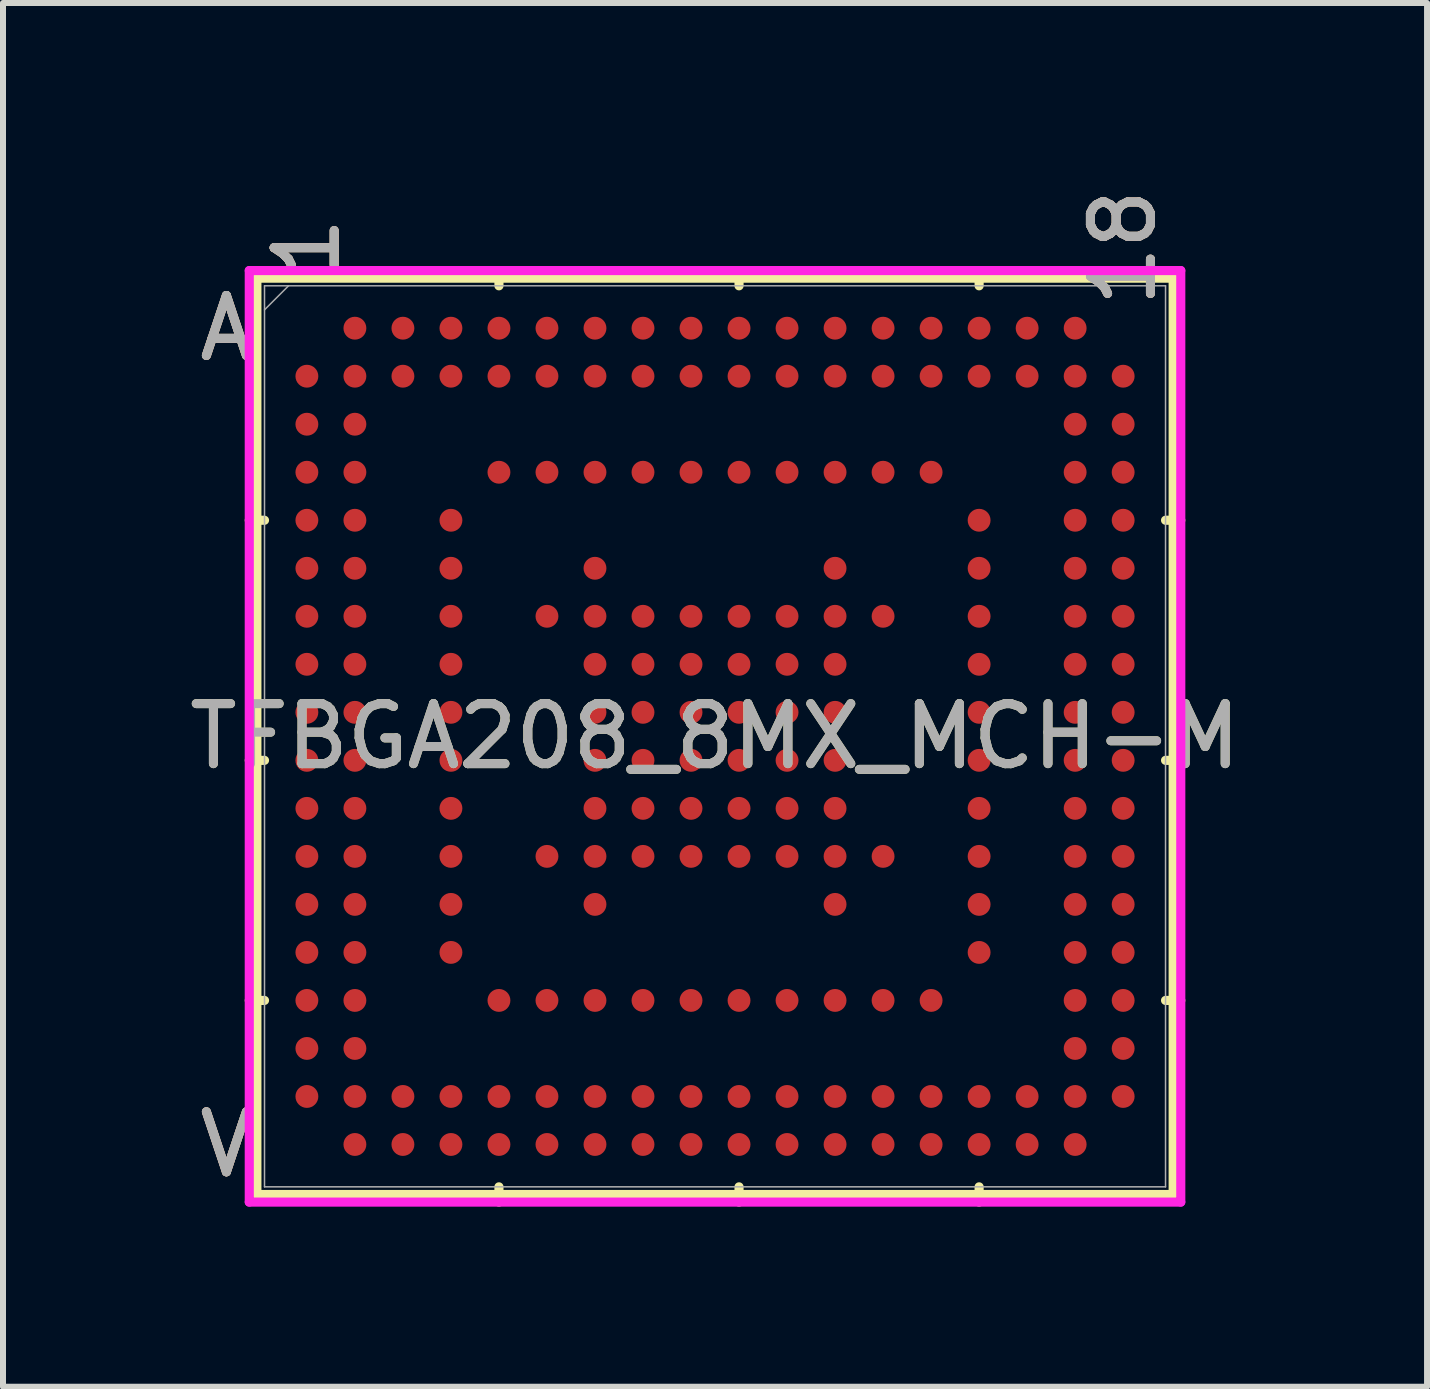
<source format=kicad_pcb>
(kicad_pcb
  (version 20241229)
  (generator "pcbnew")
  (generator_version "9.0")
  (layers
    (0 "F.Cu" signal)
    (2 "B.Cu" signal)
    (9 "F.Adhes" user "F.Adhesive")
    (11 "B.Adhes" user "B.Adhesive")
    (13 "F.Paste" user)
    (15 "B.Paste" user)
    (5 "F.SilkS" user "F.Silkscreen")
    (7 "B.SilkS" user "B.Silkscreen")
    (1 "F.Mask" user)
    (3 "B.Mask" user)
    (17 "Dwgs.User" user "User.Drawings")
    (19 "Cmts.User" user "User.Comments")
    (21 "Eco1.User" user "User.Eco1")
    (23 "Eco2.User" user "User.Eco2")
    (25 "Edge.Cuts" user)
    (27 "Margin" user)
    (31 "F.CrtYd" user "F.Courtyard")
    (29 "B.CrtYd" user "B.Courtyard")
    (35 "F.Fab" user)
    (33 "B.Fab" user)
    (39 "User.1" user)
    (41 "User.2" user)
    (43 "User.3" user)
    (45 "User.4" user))
  (footprint "TFBGA208_8MX_MCH-M"
    (layer "F.Cu")
    (at 8.863 9.218)
    (property "Reference" "TFBGA208_8MX_MCH-M" (at 0 0 0) (unlocked yes) (layer "F.SilkS") (effects (font (size 1 1) (thickness 0.15))))
    (attr smd)
    (fp_line (start -7.633 -7.633) (end -7.633 7.633) (stroke (width 0.152) (type solid)) (layer "F.SilkS"))
    (fp_line (start -7.633 7.633) (end 7.633 7.633) (stroke (width 0.152) (type solid)) (layer "F.SilkS"))
    (fp_line (start -7.506 -3.6) (end -7.76 -3.6) (stroke (width 0.152) (type solid)) (layer "F.SilkS"))
    (fp_line (start -7.506 0.4) (end -7.76 0.4) (stroke (width 0.152) (type solid)) (layer "F.SilkS"))
    (fp_line (start -7.506 4.4) (end -7.76 4.4) (stroke (width 0.152) (type solid)) (layer "F.SilkS"))
    (fp_line (start -3.6 -7.506) (end -3.6 -7.76) (stroke (width 0.152) (type solid)) (layer "F.SilkS"))
    (fp_line (start -3.6 7.506) (end -3.6 7.76) (stroke (width 0.152) (type solid)) (layer "F.SilkS"))
    (fp_line (start 0.4 -7.506) (end 0.4 -7.76) (stroke (width 0.152) (type solid)) (layer "F.SilkS"))
    (fp_line (start 0.4 7.506) (end 0.4 7.76) (stroke (width 0.152) (type solid)) (layer "F.SilkS"))
    (fp_line (start 4.4 -7.506) (end 4.4 -7.76) (stroke (width 0.152) (type solid)) (layer "F.SilkS"))
    (fp_line (start 4.4 7.506) (end 4.4 7.76) (stroke (width 0.152) (type solid)) (layer "F.SilkS"))
    (fp_line (start 7.506 -3.6) (end 7.76 -3.6) (stroke (width 0.152) (type solid)) (layer "F.SilkS"))
    (fp_line (start 7.506 0.4) (end 7.76 0.4) (stroke (width 0.152) (type solid)) (layer "F.SilkS"))
    (fp_line (start 7.506 4.4) (end 7.76 4.4) (stroke (width 0.152) (type solid)) (layer "F.SilkS"))
    (fp_line (start 7.633 -7.633) (end -7.633 -7.633) (stroke (width 0.152) (type solid)) (layer "F.SilkS"))
    (fp_line (start 7.633 7.633) (end 7.633 -7.633) (stroke (width 0.152) (type solid)) (layer "F.SilkS"))
    (fp_poly (pts (xy -7.644 -7.644) (xy 7.644 -7.644) (xy 7.644 7.644) (xy -7.644 7.644)) (stroke (width 0.1) (type solid)) (fill no) (layer "Eco2.User"))
    (fp_line (start -7.76 -7.76) (end 7.76 -7.76) (stroke (width 0.152) (type solid)) (layer "F.CrtYd"))
    (fp_line (start -7.76 7.76) (end -7.76 -7.76) (stroke (width 0.152) (type solid)) (layer "F.CrtYd"))
    (fp_line (start 7.76 -7.76) (end 7.76 7.76) (stroke (width 0.152) (type solid)) (layer "F.CrtYd"))
    (fp_line (start 7.76 7.76) (end -7.76 7.76) (stroke (width 0.152) (type solid)) (layer "F.CrtYd"))
    (fp_line (start -7.506 -7.506) (end -7.506 7.506) (stroke (width 0.025) (type solid)) (layer "F.Fab"))
    (fp_line (start -7.506 7.506) (end 7.506 7.506) (stroke (width 0.025) (type solid)) (layer "F.Fab"))
    (fp_line (start -7.106 -7.506) (end -7.506 -7.106) (stroke (width 0.025) (type solid)) (layer "F.Fab"))
    (fp_line (start 7.506 -7.506) (end -7.506 -7.506) (stroke (width 0.025) (type solid)) (layer "F.Fab"))
    (fp_line (start 7.506 7.506) (end 7.506 -7.506) (stroke (width 0.025) (type solid)) (layer "F.Fab"))
    (fp_text user "A" (at -8.141 -6.8 0) (unlocked yes) (layer "F.SilkS") (effects (font (size 1 1) (thickness 0.15))))
    (fp_text user "18" (at 6.8 -8.141 90) (unlocked yes) (layer "F.SilkS") (effects (font (size 1 1) (thickness 0.15))))
    (fp_text user "V" (at -8.141 6.8 0) (unlocked yes) (layer "F.SilkS") (effects (font (size 1 1) (thickness 0.15))))
    (fp_text user "1" (at -6.8 -8.141 90) (unlocked yes) (layer "F.SilkS") (effects (font (size 1 1) (thickness 0.15))))
    (fp_text user "18" (at 6.8 -8.141 90) (unlocked yes) (layer "B.SilkS") (effects (font (size 1 1) (thickness 0.15))))
    (fp_text user "V" (at -8.141 6.8 0) (unlocked yes) (layer "B.SilkS") (effects (font (size 1 1) (thickness 0.15))))
    (fp_text user "1" (at -6.8 -8.141 90) (unlocked yes) (layer "B.SilkS") (effects (font (size 1 1) (thickness 0.15))))
    (fp_text user "A" (at -8.141 -6.8 0) (unlocked yes) (layer "B.SilkS") (effects (font (size 1 1) (thickness 0.15))))
    (fp_text user "1" (at -6.8 -8.141 90) (unlocked yes) (layer "F.Fab") (effects (font (size 1 1) (thickness 0.15))))
    (fp_text user "${REFERENCE}" (at 0 0 0) (unlocked yes) (layer "F.Fab") (effects (font (size 1 1) (thickness 0.15))))
    (fp_text user "V" (at -8.141 6.8 0) (unlocked yes) (layer "F.Fab") (effects (font (size 1 1) (thickness 0.15))))
    (fp_text user "18" (at 6.8 -8.141 90) (unlocked yes) (layer "F.Fab") (effects (font (size 1 1) (thickness 0.15))))
    (fp_text user "A" (at -8.141 -6.8 0) (unlocked yes) (layer "F.Fab") (effects (font (size 1 1) (thickness 0.15))))
    (pad "A2" smd circle (at -6 -6.8) (size 0.381 0.381) (layers "F.Cu" "F.Mask" "F.Paste"))
    (pad "A3" smd circle (at -5.2 -6.8) (size 0.381 0.381) (layers "F.Cu" "F.Mask" "F.Paste"))
    (pad "A4" smd circle (at -4.4 -6.8) (size 0.381 0.381) (layers "F.Cu" "F.Mask" "F.Paste"))
    (pad "A5" smd circle (at -3.6 -6.8) (size 0.381 0.381) (layers "F.Cu" "F.Mask" "F.Paste"))
    (pad "A6" smd circle (at -2.8 -6.8) (size 0.381 0.381) (layers "F.Cu" "F.Mask" "F.Paste"))
    (pad "A7" smd circle (at -2 -6.8) (size 0.381 0.381) (layers "F.Cu" "F.Mask" "F.Paste"))
    (pad "A8" smd circle (at -1.2 -6.8) (size 0.381 0.381) (layers "F.Cu" "F.Mask" "F.Paste"))
    (pad "A9" smd circle (at -0.4 -6.8) (size 0.381 0.381) (layers "F.Cu" "F.Mask" "F.Paste"))
    (pad "A10" smd circle (at 0.4 -6.8) (size 0.381 0.381) (layers "F.Cu" "F.Mask" "F.Paste"))
    (pad "A11" smd circle (at 1.2 -6.8) (size 0.381 0.381) (layers "F.Cu" "F.Mask" "F.Paste"))
    (pad "A12" smd circle (at 2 -6.8) (size 0.381 0.381) (layers "F.Cu" "F.Mask" "F.Paste"))
    (pad "A13" smd circle (at 2.8 -6.8) (size 0.381 0.381) (layers "F.Cu" "F.Mask" "F.Paste"))
    (pad "A14" smd circle (at 3.6 -6.8) (size 0.381 0.381) (layers "F.Cu" "F.Mask" "F.Paste"))
    (pad "A15" smd circle (at 4.4 -6.8) (size 0.381 0.381) (layers "F.Cu" "F.Mask" "F.Paste"))
    (pad "A16" smd circle (at 5.2 -6.8) (size 0.381 0.381) (layers "F.Cu" "F.Mask" "F.Paste"))
    (pad "A17" smd circle (at 6 -6.8) (size 0.381 0.381) (layers "F.Cu" "F.Mask" "F.Paste"))
    (pad "B1" smd circle (at -6.8 -6) (size 0.381 0.381) (layers "F.Cu" "F.Mask" "F.Paste"))
    (pad "B2" smd circle (at -6 -6) (size 0.381 0.381) (layers "F.Cu" "F.Mask" "F.Paste"))
    (pad "B3" smd circle (at -5.2 -6) (size 0.381 0.381) (layers "F.Cu" "F.Mask" "F.Paste"))
    (pad "B4" smd circle (at -4.4 -6) (size 0.381 0.381) (layers "F.Cu" "F.Mask" "F.Paste"))
    (pad "B5" smd circle (at -3.6 -6) (size 0.381 0.381) (layers "F.Cu" "F.Mask" "F.Paste"))
    (pad "B6" smd circle (at -2.8 -6) (size 0.381 0.381) (layers "F.Cu" "F.Mask" "F.Paste"))
    (pad "B7" smd circle (at -2 -6) (size 0.381 0.381) (layers "F.Cu" "F.Mask" "F.Paste"))
    (pad "B8" smd circle (at -1.2 -6) (size 0.381 0.381) (layers "F.Cu" "F.Mask" "F.Paste"))
    (pad "B9" smd circle (at -0.4 -6) (size 0.381 0.381) (layers "F.Cu" "F.Mask" "F.Paste"))
    (pad "B10" smd circle (at 0.4 -6) (size 0.381 0.381) (layers "F.Cu" "F.Mask" "F.Paste"))
    (pad "B11" smd circle (at 1.2 -6) (size 0.381 0.381) (layers "F.Cu" "F.Mask" "F.Paste"))
    (pad "B12" smd circle (at 2 -6) (size 0.381 0.381) (layers "F.Cu" "F.Mask" "F.Paste"))
    (pad "B13" smd circle (at 2.8 -6) (size 0.381 0.381) (layers "F.Cu" "F.Mask" "F.Paste"))
    (pad "B14" smd circle (at 3.6 -6) (size 0.381 0.381) (layers "F.Cu" "F.Mask" "F.Paste"))
    (pad "B15" smd circle (at 4.4 -6) (size 0.381 0.381) (layers "F.Cu" "F.Mask" "F.Paste"))
    (pad "B16" smd circle (at 5.2 -6) (size 0.381 0.381) (layers "F.Cu" "F.Mask" "F.Paste"))
    (pad "B17" smd circle (at 6 -6) (size 0.381 0.381) (layers "F.Cu" "F.Mask" "F.Paste"))
    (pad "B18" smd circle (at 6.8 -6) (size 0.381 0.381) (layers "F.Cu" "F.Mask" "F.Paste"))
    (pad "C1" smd circle (at -6.8 -5.2) (size 0.381 0.381) (layers "F.Cu" "F.Mask" "F.Paste"))
    (pad "C2" smd circle (at -6 -5.2) (size 0.381 0.381) (layers "F.Cu" "F.Mask" "F.Paste"))
    (pad "C17" smd circle (at 6 -5.2) (size 0.381 0.381) (layers "F.Cu" "F.Mask" "F.Paste"))
    (pad "C18" smd circle (at 6.8 -5.2) (size 0.381 0.381) (layers "F.Cu" "F.Mask" "F.Paste"))
    (pad "D1" smd circle (at -6.8 -4.4) (size 0.381 0.381) (layers "F.Cu" "F.Mask" "F.Paste"))
    (pad "D2" smd circle (at -6 -4.4) (size 0.381 0.381) (layers "F.Cu" "F.Mask" "F.Paste"))
    (pad "D5" smd circle (at -3.6 -4.4) (size 0.381 0.381) (layers "F.Cu" "F.Mask" "F.Paste"))
    (pad "D6" smd circle (at -2.8 -4.4) (size 0.381 0.381) (layers "F.Cu" "F.Mask" "F.Paste"))
    (pad "D7" smd circle (at -2 -4.4) (size 0.381 0.381) (layers "F.Cu" "F.Mask" "F.Paste"))
    (pad "D8" smd circle (at -1.2 -4.4) (size 0.381 0.381) (layers "F.Cu" "F.Mask" "F.Paste"))
    (pad "D9" smd circle (at -0.4 -4.4) (size 0.381 0.381) (layers "F.Cu" "F.Mask" "F.Paste"))
    (pad "D10" smd circle (at 0.4 -4.4) (size 0.381 0.381) (layers "F.Cu" "F.Mask" "F.Paste"))
    (pad "D11" smd circle (at 1.2 -4.4) (size 0.381 0.381) (layers "F.Cu" "F.Mask" "F.Paste"))
    (pad "D12" smd circle (at 2 -4.4) (size 0.381 0.381) (layers "F.Cu" "F.Mask" "F.Paste"))
    (pad "D13" smd circle (at 2.8 -4.4) (size 0.381 0.381) (layers "F.Cu" "F.Mask" "F.Paste"))
    (pad "D14" smd circle (at 3.6 -4.4) (size 0.381 0.381) (layers "F.Cu" "F.Mask" "F.Paste"))
    (pad "D17" smd circle (at 6 -4.4) (size 0.381 0.381) (layers "F.Cu" "F.Mask" "F.Paste"))
    (pad "D18" smd circle (at 6.8 -4.4) (size 0.381 0.381) (layers "F.Cu" "F.Mask" "F.Paste"))
    (pad "E1" smd circle (at -6.8 -3.6) (size 0.381 0.381) (layers "F.Cu" "F.Mask" "F.Paste"))
    (pad "E2" smd circle (at -6 -3.6) (size 0.381 0.381) (layers "F.Cu" "F.Mask" "F.Paste"))
    (pad "E4" smd circle (at -4.4 -3.6) (size 0.381 0.381) (layers "F.Cu" "F.Mask" "F.Paste"))
    (pad "E15" smd circle (at 4.4 -3.6) (size 0.381 0.381) (layers "F.Cu" "F.Mask" "F.Paste"))
    (pad "E17" smd circle (at 6 -3.6) (size 0.381 0.381) (layers "F.Cu" "F.Mask" "F.Paste"))
    (pad "E18" smd circle (at 6.8 -3.6) (size 0.381 0.381) (layers "F.Cu" "F.Mask" "F.Paste"))
    (pad "F1" smd circle (at -6.8 -2.8) (size 0.381 0.381) (layers "F.Cu" "F.Mask" "F.Paste"))
    (pad "F2" smd circle (at -6 -2.8) (size 0.381 0.381) (layers "F.Cu" "F.Mask" "F.Paste"))
    (pad "F4" smd circle (at -4.4 -2.8) (size 0.381 0.381) (layers "F.Cu" "F.Mask" "F.Paste"))
    (pad "F7" smd circle (at -2 -2.8) (size 0.381 0.381) (layers "F.Cu" "F.Mask" "F.Paste"))
    (pad "F12" smd circle (at 2 -2.8) (size 0.381 0.381) (layers "F.Cu" "F.Mask" "F.Paste"))
    (pad "F15" smd circle (at 4.4 -2.8) (size 0.381 0.381) (layers "F.Cu" "F.Mask" "F.Paste"))
    (pad "F17" smd circle (at 6 -2.8) (size 0.381 0.381) (layers "F.Cu" "F.Mask" "F.Paste"))
    (pad "F18" smd circle (at 6.8 -2.8) (size 0.381 0.381) (layers "F.Cu" "F.Mask" "F.Paste"))
    (pad "G1" smd circle (at -6.8 -2) (size 0.381 0.381) (layers "F.Cu" "F.Mask" "F.Paste"))
    (pad "G2" smd circle (at -6 -2) (size 0.381 0.381) (layers "F.Cu" "F.Mask" "F.Paste"))
    (pad "G4" smd circle (at -4.4 -2) (size 0.381 0.381) (layers "F.Cu" "F.Mask" "F.Paste"))
    (pad "G6" smd circle (at -2.8 -2) (size 0.381 0.381) (layers "F.Cu" "F.Mask" "F.Paste"))
    (pad "G7" smd circle (at -2 -2) (size 0.381 0.381) (layers "F.Cu" "F.Mask" "F.Paste"))
    (pad "G8" smd circle (at -1.2 -2) (size 0.381 0.381) (layers "F.Cu" "F.Mask" "F.Paste"))
    (pad "G9" smd circle (at -0.4 -2) (size 0.381 0.381) (layers "F.Cu" "F.Mask" "F.Paste"))
    (pad "G10" smd circle (at 0.4 -2) (size 0.381 0.381) (layers "F.Cu" "F.Mask" "F.Paste"))
    (pad "G11" smd circle (at 1.2 -2) (size 0.381 0.381) (layers "F.Cu" "F.Mask" "F.Paste"))
    (pad "G12" smd circle (at 2 -2) (size 0.381 0.381) (layers "F.Cu" "F.Mask" "F.Paste"))
    (pad "G13" smd circle (at 2.8 -2) (size 0.381 0.381) (layers "F.Cu" "F.Mask" "F.Paste"))
    (pad "G15" smd circle (at 4.4 -2) (size 0.381 0.381) (layers "F.Cu" "F.Mask" "F.Paste"))
    (pad "G17" smd circle (at 6 -2) (size 0.381 0.381) (layers "F.Cu" "F.Mask" "F.Paste"))
    (pad "G18" smd circle (at 6.8 -2) (size 0.381 0.381) (layers "F.Cu" "F.Mask" "F.Paste"))
    (pad "H1" smd circle (at -6.8 -1.2) (size 0.381 0.381) (layers "F.Cu" "F.Mask" "F.Paste"))
    (pad "H2" smd circle (at -6 -1.2) (size 0.381 0.381) (layers "F.Cu" "F.Mask" "F.Paste"))
    (pad "H4" smd circle (at -4.4 -1.2) (size 0.381 0.381) (layers "F.Cu" "F.Mask" "F.Paste"))
    (pad "H7" smd circle (at -2 -1.2) (size 0.381 0.381) (layers "F.Cu" "F.Mask" "F.Paste"))
    (pad "H8" smd circle (at -1.2 -1.2) (size 0.381 0.381) (layers "F.Cu" "F.Mask" "F.Paste"))
    (pad "H9" smd circle (at -0.4 -1.2) (size 0.381 0.381) (layers "F.Cu" "F.Mask" "F.Paste"))
    (pad "H10" smd circle (at 0.4 -1.2) (size 0.381 0.381) (layers "F.Cu" "F.Mask" "F.Paste"))
    (pad "H11" smd circle (at 1.2 -1.2) (size 0.381 0.381) (layers "F.Cu" "F.Mask" "F.Paste"))
    (pad "H12" smd circle (at 2 -1.2) (size 0.381 0.381) (layers "F.Cu" "F.Mask" "F.Paste"))
    (pad "H15" smd circle (at 4.4 -1.2) (size 0.381 0.381) (layers "F.Cu" "F.Mask" "F.Paste"))
    (pad "H17" smd circle (at 6 -1.2) (size 0.381 0.381) (layers "F.Cu" "F.Mask" "F.Paste"))
    (pad "H18" smd circle (at 6.8 -1.2) (size 0.381 0.381) (layers "F.Cu" "F.Mask" "F.Paste"))
    (pad "J1" smd circle (at -6.8 -0.4) (size 0.381 0.381) (layers "F.Cu" "F.Mask" "F.Paste"))
    (pad "J2" smd circle (at -6 -0.4) (size 0.381 0.381) (layers "F.Cu" "F.Mask" "F.Paste"))
    (pad "J4" smd circle (at -4.4 -0.4) (size 0.381 0.381) (layers "F.Cu" "F.Mask" "F.Paste"))
    (pad "J7" smd circle (at -2 -0.4) (size 0.381 0.381) (layers "F.Cu" "F.Mask" "F.Paste"))
    (pad "J8" smd circle (at -1.2 -0.4) (size 0.381 0.381) (layers "F.Cu" "F.Mask" "F.Paste"))
    (pad "J9" smd circle (at -0.4 -0.4) (size 0.381 0.381) (layers "F.Cu" "F.Mask" "F.Paste"))
    (pad "J10" smd circle (at 0.4 -0.4) (size 0.381 0.381) (layers "F.Cu" "F.Mask" "F.Paste"))
    (pad "J11" smd circle (at 1.2 -0.4) (size 0.381 0.381) (layers "F.Cu" "F.Mask" "F.Paste"))
    (pad "J12" smd circle (at 2 -0.4) (size 0.381 0.381) (layers "F.Cu" "F.Mask" "F.Paste"))
    (pad "J15" smd circle (at 4.4 -0.4) (size 0.381 0.381) (layers "F.Cu" "F.Mask" "F.Paste"))
    (pad "J17" smd circle (at 6 -0.4) (size 0.381 0.381) (layers "F.Cu" "F.Mask" "F.Paste"))
    (pad "J18" smd circle (at 6.8 -0.4) (size 0.381 0.381) (layers "F.Cu" "F.Mask" "F.Paste"))
    (pad "K1" smd circle (at -6.8 0.4) (size 0.381 0.381) (layers "F.Cu" "F.Mask" "F.Paste"))
    (pad "K2" smd circle (at -6 0.4) (size 0.381 0.381) (layers "F.Cu" "F.Mask" "F.Paste"))
    (pad "K4" smd circle (at -4.4 0.4) (size 0.381 0.381) (layers "F.Cu" "F.Mask" "F.Paste"))
    (pad "K7" smd circle (at -2 0.4) (size 0.381 0.381) (layers "F.Cu" "F.Mask" "F.Paste"))
    (pad "K8" smd circle (at -1.2 0.4) (size 0.381 0.381) (layers "F.Cu" "F.Mask" "F.Paste"))
    (pad "K9" smd circle (at -0.4 0.4) (size 0.381 0.381) (layers "F.Cu" "F.Mask" "F.Paste"))
    (pad "K10" smd circle (at 0.4 0.4) (size 0.381 0.381) (layers "F.Cu" "F.Mask" "F.Paste"))
    (pad "K11" smd circle (at 1.2 0.4) (size 0.381 0.381) (layers "F.Cu" "F.Mask" "F.Paste"))
    (pad "K12" smd circle (at 2 0.4) (size 0.381 0.381) (layers "F.Cu" "F.Mask" "F.Paste"))
    (pad "K15" smd circle (at 4.4 0.4) (size 0.381 0.381) (layers "F.Cu" "F.Mask" "F.Paste"))
    (pad "K17" smd circle (at 6 0.4) (size 0.381 0.381) (layers "F.Cu" "F.Mask" "F.Paste"))
    (pad "K18" smd circle (at 6.8 0.4) (size 0.381 0.381) (layers "F.Cu" "F.Mask" "F.Paste"))
    (pad "L1" smd circle (at -6.8 1.2) (size 0.381 0.381) (layers "F.Cu" "F.Mask" "F.Paste"))
    (pad "L2" smd circle (at -6 1.2) (size 0.381 0.381) (layers "F.Cu" "F.Mask" "F.Paste"))
    (pad "L4" smd circle (at -4.4 1.2) (size 0.381 0.381) (layers "F.Cu" "F.Mask" "F.Paste"))
    (pad "L7" smd circle (at -2 1.2) (size 0.381 0.381) (layers "F.Cu" "F.Mask" "F.Paste"))
    (pad "L8" smd circle (at -1.2 1.2) (size 0.381 0.381) (layers "F.Cu" "F.Mask" "F.Paste"))
    (pad "L9" smd circle (at -0.4 1.2) (size 0.381 0.381) (layers "F.Cu" "F.Mask" "F.Paste"))
    (pad "L10" smd circle (at 0.4 1.2) (size 0.381 0.381) (layers "F.Cu" "F.Mask" "F.Paste"))
    (pad "L11" smd circle (at 1.2 1.2) (size 0.381 0.381) (layers "F.Cu" "F.Mask" "F.Paste"))
    (pad "L12" smd circle (at 2 1.2) (size 0.381 0.381) (layers "F.Cu" "F.Mask" "F.Paste"))
    (pad "L15" smd circle (at 4.4 1.2) (size 0.381 0.381) (layers "F.Cu" "F.Mask" "F.Paste"))
    (pad "L17" smd circle (at 6 1.2) (size 0.381 0.381) (layers "F.Cu" "F.Mask" "F.Paste"))
    (pad "L18" smd circle (at 6.8 1.2) (size 0.381 0.381) (layers "F.Cu" "F.Mask" "F.Paste"))
    (pad "M1" smd circle (at -6.8 2) (size 0.381 0.381) (layers "F.Cu" "F.Mask" "F.Paste"))
    (pad "M2" smd circle (at -6 2) (size 0.381 0.381) (layers "F.Cu" "F.Mask" "F.Paste"))
    (pad "M4" smd circle (at -4.4 2) (size 0.381 0.381) (layers "F.Cu" "F.Mask" "F.Paste"))
    (pad "M6" smd circle (at -2.8 2) (size 0.381 0.381) (layers "F.Cu" "F.Mask" "F.Paste"))
    (pad "M7" smd circle (at -2 2) (size 0.381 0.381) (layers "F.Cu" "F.Mask" "F.Paste"))
    (pad "M8" smd circle (at -1.2 2) (size 0.381 0.381) (layers "F.Cu" "F.Mask" "F.Paste"))
    (pad "M9" smd circle (at -0.4 2) (size 0.381 0.381) (layers "F.Cu" "F.Mask" "F.Paste"))
    (pad "M10" smd circle (at 0.4 2) (size 0.381 0.381) (layers "F.Cu" "F.Mask" "F.Paste"))
    (pad "M11" smd circle (at 1.2 2) (size 0.381 0.381) (layers "F.Cu" "F.Mask" "F.Paste"))
    (pad "M12" smd circle (at 2 2) (size 0.381 0.381) (layers "F.Cu" "F.Mask" "F.Paste"))
    (pad "M13" smd circle (at 2.8 2) (size 0.381 0.381) (layers "F.Cu" "F.Mask" "F.Paste"))
    (pad "M15" smd circle (at 4.4 2) (size 0.381 0.381) (layers "F.Cu" "F.Mask" "F.Paste"))
    (pad "M17" smd circle (at 6 2) (size 0.381 0.381) (layers "F.Cu" "F.Mask" "F.Paste"))
    (pad "M18" smd circle (at 6.8 2) (size 0.381 0.381) (layers "F.Cu" "F.Mask" "F.Paste"))
    (pad "N1" smd circle (at -6.8 2.8) (size 0.381 0.381) (layers "F.Cu" "F.Mask" "F.Paste"))
    (pad "N2" smd circle (at -6 2.8) (size 0.381 0.381) (layers "F.Cu" "F.Mask" "F.Paste"))
    (pad "N4" smd circle (at -4.4 2.8) (size 0.381 0.381) (layers "F.Cu" "F.Mask" "F.Paste"))
    (pad "N7" smd circle (at -2 2.8) (size 0.381 0.381) (layers "F.Cu" "F.Mask" "F.Paste"))
    (pad "N12" smd circle (at 2 2.8) (size 0.381 0.381) (layers "F.Cu" "F.Mask" "F.Paste"))
    (pad "N15" smd circle (at 4.4 2.8) (size 0.381 0.381) (layers "F.Cu" "F.Mask" "F.Paste"))
    (pad "N17" smd circle (at 6 2.8) (size 0.381 0.381) (layers "F.Cu" "F.Mask" "F.Paste"))
    (pad "N18" smd circle (at 6.8 2.8) (size 0.381 0.381) (layers "F.Cu" "F.Mask" "F.Paste"))
    (pad "P1" smd circle (at -6.8 3.6) (size 0.381 0.381) (layers "F.Cu" "F.Mask" "F.Paste"))
    (pad "P2" smd circle (at -6 3.6) (size 0.381 0.381) (layers "F.Cu" "F.Mask" "F.Paste"))
    (pad "P4" smd circle (at -4.4 3.6) (size 0.381 0.381) (layers "F.Cu" "F.Mask" "F.Paste"))
    (pad "P15" smd circle (at 4.4 3.6) (size 0.381 0.381) (layers "F.Cu" "F.Mask" "F.Paste"))
    (pad "P17" smd circle (at 6 3.6) (size 0.381 0.381) (layers "F.Cu" "F.Mask" "F.Paste"))
    (pad "P18" smd circle (at 6.8 3.6) (size 0.381 0.381) (layers "F.Cu" "F.Mask" "F.Paste"))
    (pad "R1" smd circle (at -6.8 4.4) (size 0.381 0.381) (layers "F.Cu" "F.Mask" "F.Paste"))
    (pad "R2" smd circle (at -6 4.4) (size 0.381 0.381) (layers "F.Cu" "F.Mask" "F.Paste"))
    (pad "R5" smd circle (at -3.6 4.4) (size 0.381 0.381) (layers "F.Cu" "F.Mask" "F.Paste"))
    (pad "R6" smd circle (at -2.8 4.4) (size 0.381 0.381) (layers "F.Cu" "F.Mask" "F.Paste"))
    (pad "R7" smd circle (at -2 4.4) (size 0.381 0.381) (layers "F.Cu" "F.Mask" "F.Paste"))
    (pad "R8" smd circle (at -1.2 4.4) (size 0.381 0.381) (layers "F.Cu" "F.Mask" "F.Paste"))
    (pad "R9" smd circle (at -0.4 4.4) (size 0.381 0.381) (layers "F.Cu" "F.Mask" "F.Paste"))
    (pad "R10" smd circle (at 0.4 4.4) (size 0.381 0.381) (layers "F.Cu" "F.Mask" "F.Paste"))
    (pad "R11" smd circle (at 1.2 4.4) (size 0.381 0.381) (layers "F.Cu" "F.Mask" "F.Paste"))
    (pad "R12" smd circle (at 2 4.4) (size 0.381 0.381) (layers "F.Cu" "F.Mask" "F.Paste"))
    (pad "R13" smd circle (at 2.8 4.4) (size 0.381 0.381) (layers "F.Cu" "F.Mask" "F.Paste"))
    (pad "R14" smd circle (at 3.6 4.4) (size 0.381 0.381) (layers "F.Cu" "F.Mask" "F.Paste"))
    (pad "R17" smd circle (at 6 4.4) (size 0.381 0.381) (layers "F.Cu" "F.Mask" "F.Paste"))
    (pad "R18" smd circle (at 6.8 4.4) (size 0.381 0.381) (layers "F.Cu" "F.Mask" "F.Paste"))
    (pad "T1" smd circle (at -6.8 5.2) (size 0.381 0.381) (layers "F.Cu" "F.Mask" "F.Paste"))
    (pad "T2" smd circle (at -6 5.2) (size 0.381 0.381) (layers "F.Cu" "F.Mask" "F.Paste"))
    (pad "T17" smd circle (at 6 5.2) (size 0.381 0.381) (layers "F.Cu" "F.Mask" "F.Paste"))
    (pad "T18" smd circle (at 6.8 5.2) (size 0.381 0.381) (layers "F.Cu" "F.Mask" "F.Paste"))
    (pad "U1" smd circle (at -6.8 6) (size 0.381 0.381) (layers "F.Cu" "F.Mask" "F.Paste"))
    (pad "U2" smd circle (at -6 6) (size 0.381 0.381) (layers "F.Cu" "F.Mask" "F.Paste"))
    (pad "U3" smd circle (at -5.2 6) (size 0.381 0.381) (layers "F.Cu" "F.Mask" "F.Paste"))
    (pad "U4" smd circle (at -4.4 6) (size 0.381 0.381) (layers "F.Cu" "F.Mask" "F.Paste"))
    (pad "U5" smd circle (at -3.6 6) (size 0.381 0.381) (layers "F.Cu" "F.Mask" "F.Paste"))
    (pad "U6" smd circle (at -2.8 6) (size 0.381 0.381) (layers "F.Cu" "F.Mask" "F.Paste"))
    (pad "U7" smd circle (at -2 6) (size 0.381 0.381) (layers "F.Cu" "F.Mask" "F.Paste"))
    (pad "U8" smd circle (at -1.2 6) (size 0.381 0.381) (layers "F.Cu" "F.Mask" "F.Paste"))
    (pad "U9" smd circle (at -0.4 6) (size 0.381 0.381) (layers "F.Cu" "F.Mask" "F.Paste"))
    (pad "U10" smd circle (at 0.4 6) (size 0.381 0.381) (layers "F.Cu" "F.Mask" "F.Paste"))
    (pad "U11" smd circle (at 1.2 6) (size 0.381 0.381) (layers "F.Cu" "F.Mask" "F.Paste"))
    (pad "U12" smd circle (at 2 6) (size 0.381 0.381) (layers "F.Cu" "F.Mask" "F.Paste"))
    (pad "U13" smd circle (at 2.8 6) (size 0.381 0.381) (layers "F.Cu" "F.Mask" "F.Paste"))
    (pad "U14" smd circle (at 3.6 6) (size 0.381 0.381) (layers "F.Cu" "F.Mask" "F.Paste"))
    (pad "U15" smd circle (at 4.4 6) (size 0.381 0.381) (layers "F.Cu" "F.Mask" "F.Paste"))
    (pad "U16" smd circle (at 5.2 6) (size 0.381 0.381) (layers "F.Cu" "F.Mask" "F.Paste"))
    (pad "U17" smd circle (at 6 6) (size 0.381 0.381) (layers "F.Cu" "F.Mask" "F.Paste"))
    (pad "U18" smd circle (at 6.8 6) (size 0.381 0.381) (layers "F.Cu" "F.Mask" "F.Paste"))
    (pad "V2" smd circle (at -6 6.8) (size 0.381 0.381) (layers "F.Cu" "F.Mask" "F.Paste"))
    (pad "V3" smd circle (at -5.2 6.8) (size 0.381 0.381) (layers "F.Cu" "F.Mask" "F.Paste"))
    (pad "V4" smd circle (at -4.4 6.8) (size 0.381 0.381) (layers "F.Cu" "F.Mask" "F.Paste"))
    (pad "V5" smd circle (at -3.6 6.8) (size 0.381 0.381) (layers "F.Cu" "F.Mask" "F.Paste"))
    (pad "V6" smd circle (at -2.8 6.8) (size 0.381 0.381) (layers "F.Cu" "F.Mask" "F.Paste"))
    (pad "V7" smd circle (at -2 6.8) (size 0.381 0.381) (layers "F.Cu" "F.Mask" "F.Paste"))
    (pad "V8" smd circle (at -1.2 6.8) (size 0.381 0.381) (layers "F.Cu" "F.Mask" "F.Paste"))
    (pad "V9" smd circle (at -0.4 6.8) (size 0.381 0.381) (layers "F.Cu" "F.Mask" "F.Paste"))
    (pad "V10" smd circle (at 0.4 6.8) (size 0.381 0.381) (layers "F.Cu" "F.Mask" "F.Paste"))
    (pad "V11" smd circle (at 1.2 6.8) (size 0.381 0.381) (layers "F.Cu" "F.Mask" "F.Paste"))
    (pad "V12" smd circle (at 2 6.8) (size 0.381 0.381) (layers "F.Cu" "F.Mask" "F.Paste"))
    (pad "V13" smd circle (at 2.8 6.8) (size 0.381 0.381) (layers "F.Cu" "F.Mask" "F.Paste"))
    (pad "V14" smd circle (at 3.6 6.8) (size 0.381 0.381) (layers "F.Cu" "F.Mask" "F.Paste"))
    (pad "V15" smd circle (at 4.4 6.8) (size 0.381 0.381) (layers "F.Cu" "F.Mask" "F.Paste"))
    (pad "V16" smd circle (at 5.2 6.8) (size 0.381 0.381) (layers "F.Cu" "F.Mask" "F.Paste"))
    (pad "V17" smd circle (at 6 6.8) (size 0.381 0.381) (layers "F.Cu" "F.Mask" "F.Paste")))
  (gr_rect
    (start -3 -3)
    (end 20.726 20.054)
    (stroke (width 0.1) (type default))
    (fill no)
    (layer "Edge.Cuts")))
</source>
